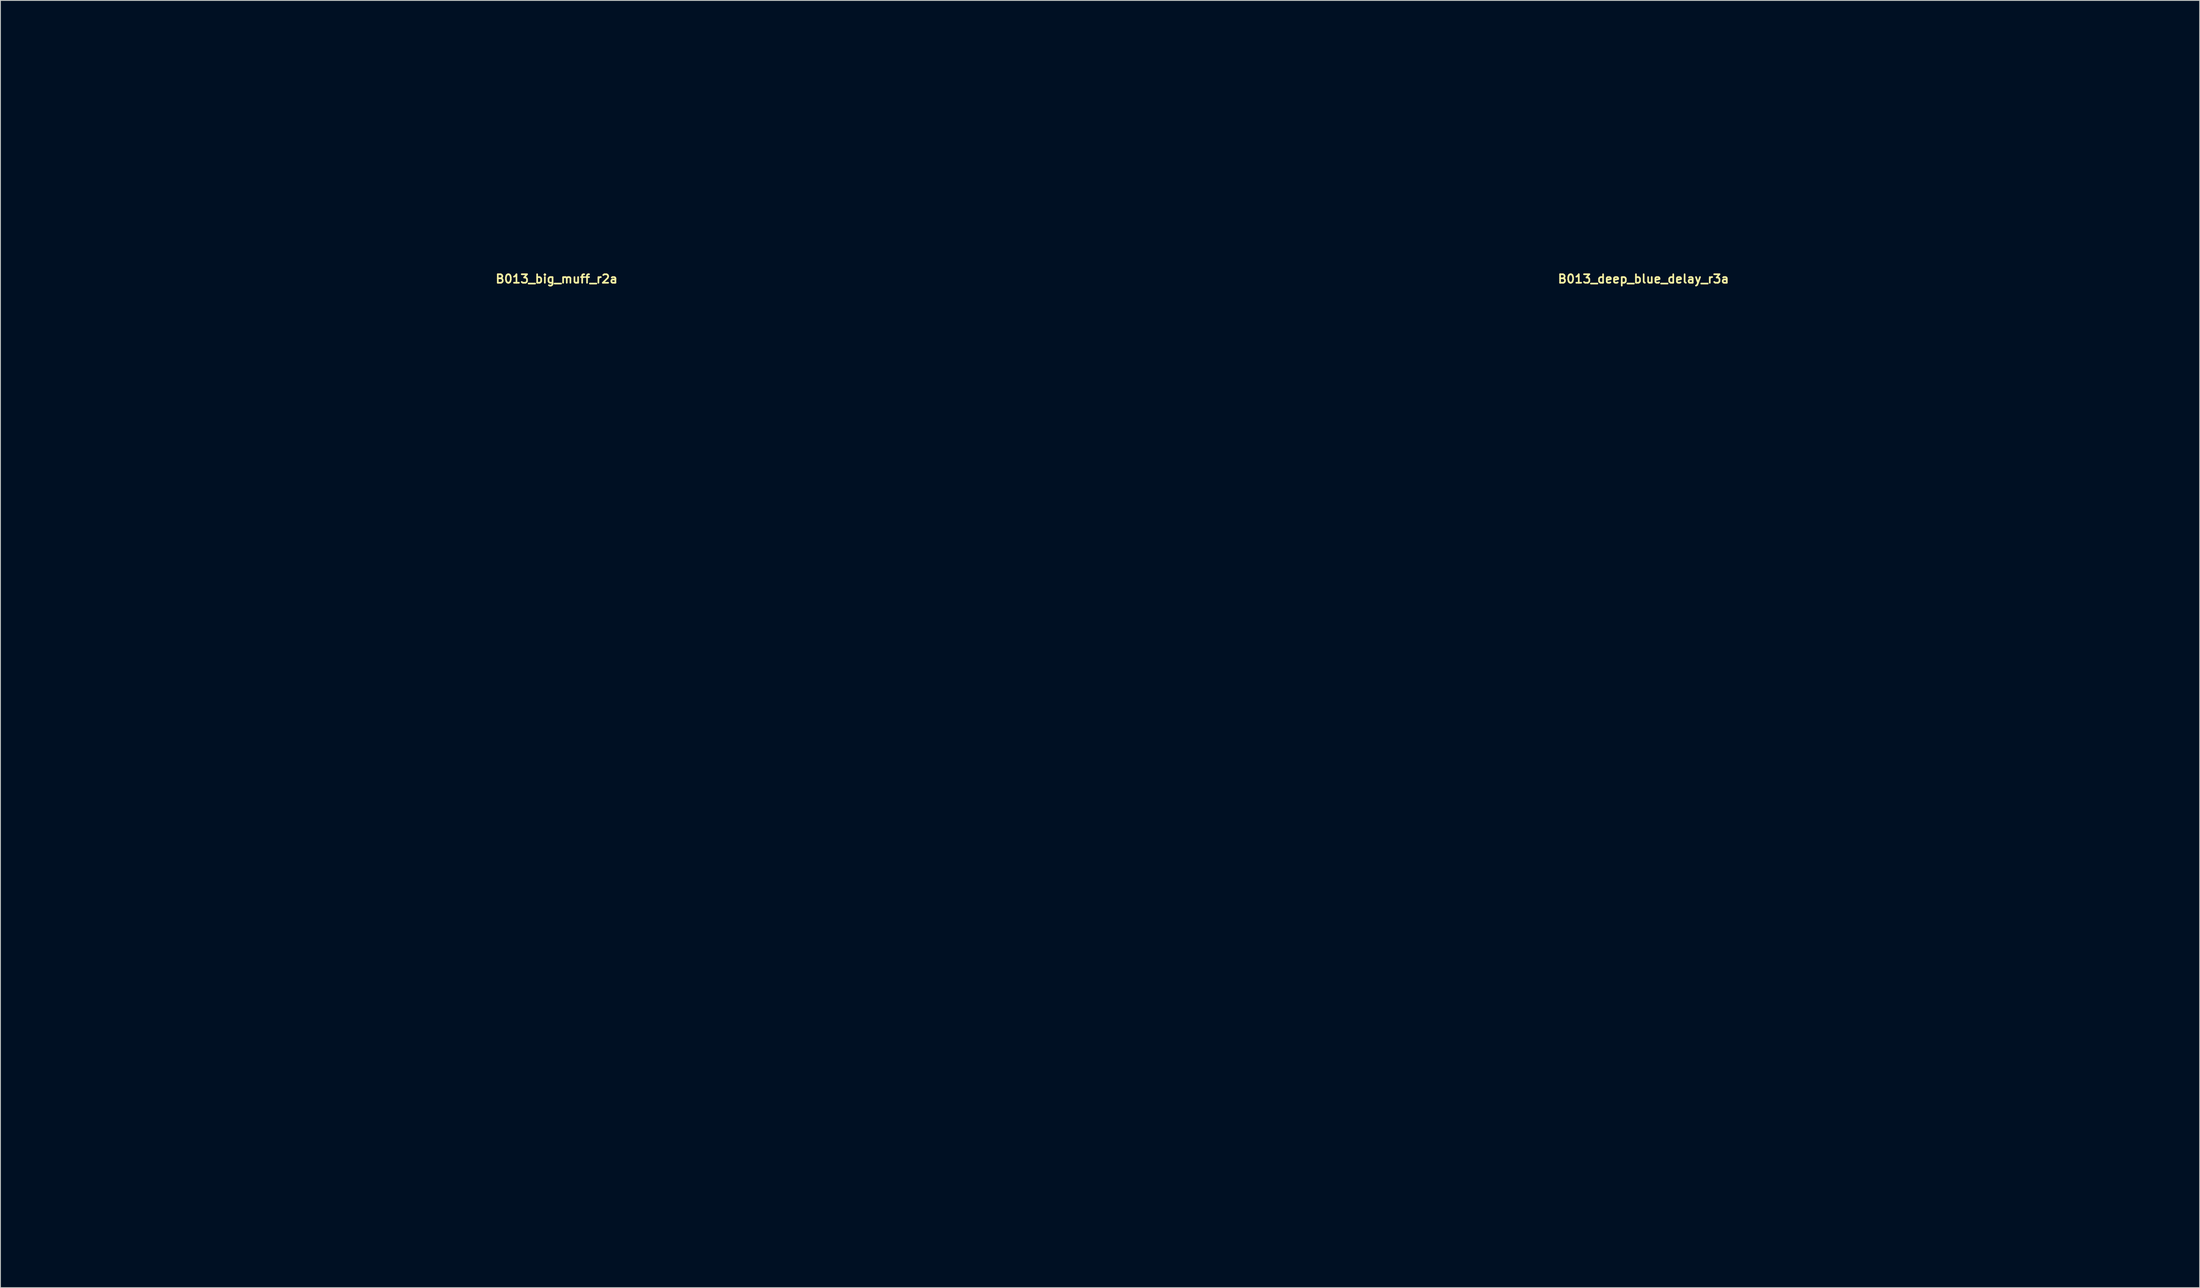
<source format=kicad_pcb>
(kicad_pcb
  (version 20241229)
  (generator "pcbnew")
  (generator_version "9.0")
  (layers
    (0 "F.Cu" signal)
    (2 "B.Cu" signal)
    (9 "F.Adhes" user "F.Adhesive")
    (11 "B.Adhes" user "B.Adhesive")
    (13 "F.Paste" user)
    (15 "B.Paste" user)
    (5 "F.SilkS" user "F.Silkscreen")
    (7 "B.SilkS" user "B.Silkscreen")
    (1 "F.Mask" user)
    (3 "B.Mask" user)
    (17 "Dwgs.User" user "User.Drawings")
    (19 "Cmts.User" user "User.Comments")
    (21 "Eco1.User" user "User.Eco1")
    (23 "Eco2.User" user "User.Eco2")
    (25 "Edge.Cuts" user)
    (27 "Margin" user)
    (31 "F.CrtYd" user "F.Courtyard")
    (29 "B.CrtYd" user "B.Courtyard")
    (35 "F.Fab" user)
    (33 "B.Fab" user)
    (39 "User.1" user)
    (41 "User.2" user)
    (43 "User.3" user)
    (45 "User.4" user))
  (footprint "B013_deep_blue_delay_r3a"
    (layer "F.Cu")
    (at 189.9 87.75)
    (property "Reference" "B013_deep_blue_delay_r3a" (at 0 -58.039 0) (layer "F.SilkS") (effects (font (size 1 1) (thickness 0.2))))
    (attr through_hole)
    (fp_line (start -62.1 -57.25) (end -62.1 57.25) (stroke (width 0.4) (type solid)) (layer "Eco1.User"))
    (fp_line (start -62.1 -57.25) (end -31.8 -57.25) (stroke (width 0.4) (type solid)) (layer "Eco1.User"))
    (fp_line (start -62.1 57.25) (end -31.8 57.25) (stroke (width 0.4) (type solid)) (layer "Eco1.User"))
    (fp_line (start -58.1 -57.25) (end -58.1 57.25) (stroke (width 0.4) (type solid)) (layer "Eco1.User"))
    (fp_line (start -31.8 -87.55) (end -31.8 -57.25) (stroke (width 0.4) (type solid)) (layer "Eco1.User"))
    (fp_line (start -31.8 -87.55) (end 31.8 -87.55) (stroke (width 0.4) (type solid)) (layer "Eco1.User"))
    (fp_line (start -31.8 -83.55) (end 31.8 -83.55) (stroke (width 0.4) (type solid)) (layer "Eco1.User"))
    (fp_line (start -31.8 -57.25) (end -31.8 57.25) (stroke (width 0.4) (type solid)) (layer "Eco1.User"))
    (fp_line (start -31.8 -57.25) (end 31.8 -57.25) (stroke (width 0.4) (type solid)) (layer "Eco1.User"))
    (fp_line (start -31.8 57.25) (end 31.8 57.25) (stroke (width 0.4) (type solid)) (layer "Eco1.User"))
    (fp_line (start -30.45 -55.75) (end -30.45 55.75) (stroke (width 0.4) (type solid)) (layer "Eco1.User"))
    (fp_line (start -30.45 -55.75) (end 30.45 -55.75) (stroke (width 0.4) (type solid)) (layer "Eco1.User"))
    (fp_line (start -30.45 -49) (end -27.1 -49) (stroke (width 0.4) (type solid)) (layer "Eco1.User"))
    (fp_line (start -30.45 49) (end -27.1 49) (stroke (width 0.4) (type solid)) (layer "Eco1.User"))
    (fp_line (start -30.45 55.75) (end 30.45 55.75) (stroke (width 0.4) (type solid)) (layer "Eco1.User"))
    (fp_line (start -23.85 -55.75) (end -23.85 -52.25) (stroke (width 0.4) (type solid)) (layer "Eco1.User"))
    (fp_line (start -23.85 52.25) (end -23.85 55.75) (stroke (width 0.4) (type solid)) (layer "Eco1.User"))
    (fp_line (start 23.85 -55.75) (end 23.85 -52.25) (stroke (width 0.4) (type solid)) (layer "Eco1.User"))
    (fp_line (start 23.85 52.25) (end 23.85 55.75) (stroke (width 0.4) (type solid)) (layer "Eco1.User"))
    (fp_line (start 27.1 -49) (end 30.45 -49) (stroke (width 0.4) (type solid)) (layer "Eco1.User"))
    (fp_line (start 27.1 49) (end 30.45 49) (stroke (width 0.4) (type solid)) (layer "Eco1.User"))
    (fp_line (start 30.45 -55.75) (end 30.45 55.75) (stroke (width 0.4) (type solid)) (layer "Eco1.User"))
    (fp_line (start 31.8 -87.55) (end 31.8 -57.25) (stroke (width 0.4) (type solid)) (layer "Eco1.User"))
    (fp_line (start 31.8 -57.25) (end 31.8 57.25) (stroke (width 0.4) (type solid)) (layer "Eco1.User"))
    (fp_line (start 31.8 -57.25) (end 62.1 -57.25) (stroke (width 0.4) (type solid)) (layer "Eco1.User"))
    (fp_line (start 31.8 57.25) (end 62.1 57.25) (stroke (width 0.4) (type solid)) (layer "Eco1.User"))
    (fp_line (start 58.1 -57.25) (end 58.1 57.25) (stroke (width 0.4) (type solid)) (layer "Eco1.User"))
    (fp_line (start 62.1 -57.25) (end 62.1 57.25) (stroke (width 0.4) (type solid)) (layer "Eco1.User"))
    (fp_arc (start -27.1 49) (mid -24.801903 49.951903) (end -23.85 52.25) (stroke (width 0.4) (type solid)) (layer "Eco1.User"))
    (fp_arc (start -23.85 -52.25) (mid -24.801903 -49.951903) (end -27.1 -49) (stroke (width 0.4) (type solid)) (layer "Eco1.User"))
    (fp_arc (start 23.85 52.25) (mid 24.801903 49.951903) (end 27.1 49) (stroke (width 0.4) (type solid)) (layer "Eco1.User"))
    (fp_arc (start 27.1 -49) (mid 24.801903 -49.951903) (end 23.85 -52.25) (stroke (width 0.4) (type solid)) (layer "Eco1.User"))
    (fp_circle (center -45.15 1.27) (end -39.15 1.27) (stroke (width 0.4) (type solid)) (fill no) (layer "Eco1.User"))
    (fp_circle (center -27.1 -52.25) (end -25.6 -52.25) (stroke (width 0.4) (type solid)) (fill no) (layer "Eco1.User"))
    (fp_circle (center -27.1 52.25) (end -25.6 52.25) (stroke (width 0.4) (type solid)) (fill no) (layer "Eco1.User"))
    (fp_circle (center 0 -72.1) (end 5.5 -72.1) (stroke (width 0.4) (type solid)) (fill no) (layer "Eco1.User"))
    (fp_circle (center 27.1 -52.25) (end 28.6 -52.25) (stroke (width 0.4) (type solid)) (fill no) (layer "Eco1.User"))
    (fp_circle (center 27.1 52.25) (end 28.6 52.25) (stroke (width 0.4) (type solid)) (fill no) (layer "Eco1.User"))
    (fp_circle (center 45.15 1.27) (end 51.15 1.27) (stroke (width 0.4) (type solid)) (fill no) (layer "Eco1.User")))
  (footprint "B013_big_muff_r2a"
    (layer "F.Cu")
    (at 62.3 87.75)
    (property "Reference" "B013_big_muff_r2a" (at 0 -58.039 0) (layer "F.SilkS") (effects (font (size 1 1) (thickness 0.2))))
    (attr through_hole)
    (fp_line (start -62.1 -57.25) (end -62.1 57.25) (stroke (width 0.4) (type solid)) (layer "Eco1.User"))
    (fp_line (start -62.1 -57.25) (end -31.8 -57.25) (stroke (width 0.4) (type solid)) (layer "Eco1.User"))
    (fp_line (start -62.1 57.25) (end -31.8 57.25) (stroke (width 0.4) (type solid)) (layer "Eco1.User"))
    (fp_line (start -58.1 -57.25) (end -58.1 57.25) (stroke (width 0.4) (type solid)) (layer "Eco1.User"))
    (fp_line (start -31.8 -87.55) (end -31.8 -57.25) (stroke (width 0.4) (type solid)) (layer "Eco1.User"))
    (fp_line (start -31.8 -87.55) (end 31.8 -87.55) (stroke (width 0.4) (type solid)) (layer "Eco1.User"))
    (fp_line (start -31.8 -83.55) (end 31.8 -83.55) (stroke (width 0.4) (type solid)) (layer "Eco1.User"))
    (fp_line (start -31.8 -57.25) (end -31.8 57.25) (stroke (width 0.4) (type solid)) (layer "Eco1.User"))
    (fp_line (start -31.8 -57.25) (end 31.8 -57.25) (stroke (width 0.4) (type solid)) (layer "Eco1.User"))
    (fp_line (start -31.8 57.25) (end 31.8 57.25) (stroke (width 0.4) (type solid)) (layer "Eco1.User"))
    (fp_line (start -30.45 -55.75) (end -30.45 55.75) (stroke (width 0.4) (type solid)) (layer "Eco1.User"))
    (fp_line (start -30.45 -55.75) (end 30.45 -55.75) (stroke (width 0.4) (type solid)) (layer "Eco1.User"))
    (fp_line (start -30.45 -49) (end -27.1 -49) (stroke (width 0.4) (type solid)) (layer "Eco1.User"))
    (fp_line (start -30.45 49) (end -27.1 49) (stroke (width 0.4) (type solid)) (layer "Eco1.User"))
    (fp_line (start -30.45 55.75) (end 30.45 55.75) (stroke (width 0.4) (type solid)) (layer "Eco1.User"))
    (fp_line (start -23.85 -55.75) (end -23.85 -52.25) (stroke (width 0.4) (type solid)) (layer "Eco1.User"))
    (fp_line (start -23.85 52.25) (end -23.85 55.75) (stroke (width 0.4) (type solid)) (layer "Eco1.User"))
    (fp_line (start 23.85 -55.75) (end 23.85 -52.25) (stroke (width 0.4) (type solid)) (layer "Eco1.User"))
    (fp_line (start 23.85 52.25) (end 23.85 55.75) (stroke (width 0.4) (type solid)) (layer "Eco1.User"))
    (fp_line (start 27.1 -49) (end 30.45 -49) (stroke (width 0.4) (type solid)) (layer "Eco1.User"))
    (fp_line (start 27.1 49) (end 30.45 49) (stroke (width 0.4) (type solid)) (layer "Eco1.User"))
    (fp_line (start 30.45 -55.75) (end 30.45 55.75) (stroke (width 0.4) (type solid)) (layer "Eco1.User"))
    (fp_line (start 31.8 -87.55) (end 31.8 -57.25) (stroke (width 0.4) (type solid)) (layer "Eco1.User"))
    (fp_line (start 31.8 -57.25) (end 31.8 57.25) (stroke (width 0.4) (type solid)) (layer "Eco1.User"))
    (fp_line (start 31.8 -57.25) (end 62.1 -57.25) (stroke (width 0.4) (type solid)) (layer "Eco1.User"))
    (fp_line (start 31.8 57.25) (end 62.1 57.25) (stroke (width 0.4) (type solid)) (layer "Eco1.User"))
    (fp_line (start 58.1 -57.25) (end 58.1 57.25) (stroke (width 0.4) (type solid)) (layer "Eco1.User"))
    (fp_line (start 62.1 -57.25) (end 62.1 57.25) (stroke (width 0.4) (type solid)) (layer "Eco1.User"))
    (fp_arc (start -27.1 49) (mid -24.801903 49.951903) (end -23.85 52.25) (stroke (width 0.4) (type solid)) (layer "Eco1.User"))
    (fp_arc (start -23.85 -52.25) (mid -24.801903 -49.951903) (end -27.1 -49) (stroke (width 0.4) (type solid)) (layer "Eco1.User"))
    (fp_arc (start 23.85 52.25) (mid 24.801903 49.951903) (end 27.1 49) (stroke (width 0.4) (type solid)) (layer "Eco1.User"))
    (fp_arc (start 27.1 -49) (mid 24.801903 -49.951903) (end 23.85 -52.25) (stroke (width 0.4) (type solid)) (layer "Eco1.User"))
    (fp_circle (center -43.95 1.27) (end -37.95 1.27) (stroke (width 0.4) (type solid)) (fill no) (layer "Eco1.User"))
    (fp_circle (center -27.1 -52.25) (end -25.6 -52.25) (stroke (width 0.4) (type solid)) (fill no) (layer "Eco1.User"))
    (fp_circle (center -27.1 52.25) (end -25.6 52.25) (stroke (width 0.4) (type solid)) (fill no) (layer "Eco1.User"))
    (fp_circle (center 0 -71) (end 5.5 -71) (stroke (width 0.4) (type solid)) (fill no) (layer "Eco1.User"))
    (fp_circle (center 27.1 -52.25) (end 28.6 -52.25) (stroke (width 0.4) (type solid)) (fill no) (layer "Eco1.User"))
    (fp_circle (center 27.1 52.25) (end 28.6 52.25) (stroke (width 0.4) (type solid)) (fill no) (layer "Eco1.User"))
    (fp_circle (center 43.95 1.27) (end 49.95 1.27) (stroke (width 0.4) (type solid)) (fill no) (layer "Eco1.User")))
  (gr_rect
    (start -3 -3)
    (end 255.2 148.2)
    (stroke (width 0.1) (type default))
    (fill no)
    (layer "Edge.Cuts")))
</source>
